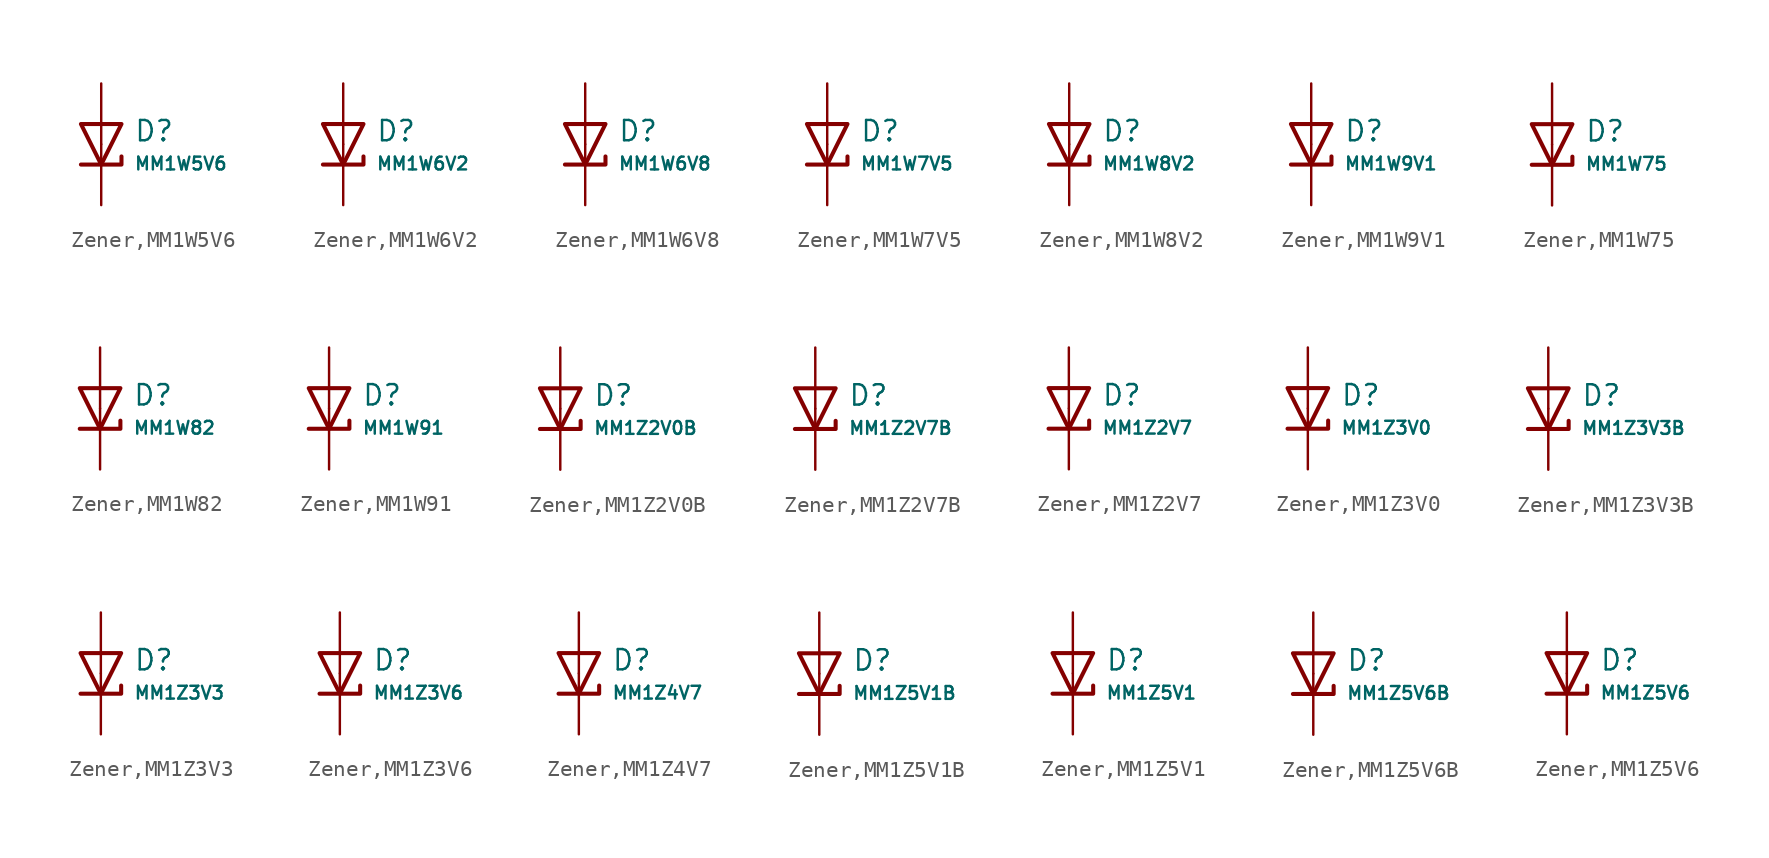
<source format=kicad_sym>
(kicad_symbol_lib
  (version 20231120)
  (generator "CDFER")
  (generator_version "8.0")
  (symbol "Zener,MM1W5V6"
    (pin_numbers hide)
    (pin_names
      (offset 0))
    (property "Reference" "D"
      (at 2.032 0.834 0)
      (effects (font (size 1.27 1.27)) (justify left)))
    (property "Value" "MM1W5V6"
      (at 2.032 -1.212 0)
      (effects (font (size 0.8 0.8)) (justify left)))
    (symbol "Zener,MM1W5V6_0_1"
      (polyline (pts (xy -1.27 1.27) (xy 0.00 -1.27) (xy 1.27 1.27) (xy -1.27 1.27)) (stroke (width 0.254) (type default)) (fill (type none))))
    (symbol "Zener,MM1W5V6_0_1"
      (polyline (pts (xy -1.27 -1.27) (xy 1.27 -1.27) (xy 1.27 -0.762)) (stroke (width 0.254) (type default)) (fill (type none))))
    (symbol "Zener,MM1W5V6_1_1"
      (pin passive line (at 0 3.81 270) (length 3.81) (name "~" (effects (font (size 1.27 1.27)))) (number "2" (effects (font (size 1.27 1.27)))))
      (pin passive line (at 0 -3.81 90) (length 3.81) (name "~" (effects (font (size 1.27 1.27)))) (number "1" (effects (font (size 1.27 1.27)))))))
  (symbol "Zener,MM1W6V2"
    (pin_numbers hide)
    (pin_names
      (offset 0))
    (property "Reference" "D"
      (at 2.032 0.834 0)
      (effects (font (size 1.27 1.27)) (justify left)))
    (property "Value" "MM1W6V2"
      (at 2.032 -1.212 0)
      (effects (font (size 0.8 0.8)) (justify left)))
    (symbol "Zener,MM1W6V2_0_1"
      (polyline (pts (xy -1.27 1.27) (xy 0.00 -1.27) (xy 1.27 1.27) (xy -1.27 1.27)) (stroke (width 0.254) (type default)) (fill (type none))))
    (symbol "Zener,MM1W6V2_0_1"
      (polyline (pts (xy -1.27 -1.27) (xy 1.27 -1.27) (xy 1.27 -0.762)) (stroke (width 0.254) (type default)) (fill (type none))))
    (symbol "Zener,MM1W6V2_1_1"
      (pin passive line (at 0 3.81 270) (length 3.81) (name "~" (effects (font (size 1.27 1.27)))) (number "2" (effects (font (size 1.27 1.27)))))
      (pin passive line (at 0 -3.81 90) (length 3.81) (name "~" (effects (font (size 1.27 1.27)))) (number "1" (effects (font (size 1.27 1.27)))))))
  (symbol "Zener,MM1W6V8"
    (pin_numbers hide)
    (pin_names
      (offset 0))
    (property "Reference" "D"
      (at 2.032 0.834 0)
      (effects (font (size 1.27 1.27)) (justify left)))
    (property "Value" "MM1W6V8"
      (at 2.032 -1.212 0)
      (effects (font (size 0.8 0.8)) (justify left)))
    (symbol "Zener,MM1W6V8_0_1"
      (polyline (pts (xy -1.27 1.27) (xy 0.00 -1.27) (xy 1.27 1.27) (xy -1.27 1.27)) (stroke (width 0.254) (type default)) (fill (type none))))
    (symbol "Zener,MM1W6V8_0_1"
      (polyline (pts (xy -1.27 -1.27) (xy 1.27 -1.27) (xy 1.27 -0.762)) (stroke (width 0.254) (type default)) (fill (type none))))
    (symbol "Zener,MM1W6V8_1_1"
      (pin passive line (at 0 3.81 270) (length 3.81) (name "~" (effects (font (size 1.27 1.27)))) (number "2" (effects (font (size 1.27 1.27)))))
      (pin passive line (at 0 -3.81 90) (length 3.81) (name "~" (effects (font (size 1.27 1.27)))) (number "1" (effects (font (size 1.27 1.27)))))))
  (symbol "Zener,MM1W7V5"
    (pin_numbers hide)
    (pin_names
      (offset 0))
    (property "Reference" "D"
      (at 2.032 0.834 0)
      (effects (font (size 1.27 1.27)) (justify left)))
    (property "Value" "MM1W7V5"
      (at 2.032 -1.212 0)
      (effects (font (size 0.8 0.8)) (justify left)))
    (symbol "Zener,MM1W7V5_0_1"
      (polyline (pts (xy -1.27 1.27) (xy 0.00 -1.27) (xy 1.27 1.27) (xy -1.27 1.27)) (stroke (width 0.254) (type default)) (fill (type none))))
    (symbol "Zener,MM1W7V5_0_1"
      (polyline (pts (xy -1.27 -1.27) (xy 1.27 -1.27) (xy 1.27 -0.762)) (stroke (width 0.254) (type default)) (fill (type none))))
    (symbol "Zener,MM1W7V5_1_1"
      (pin passive line (at 0 3.81 270) (length 3.81) (name "~" (effects (font (size 1.27 1.27)))) (number "2" (effects (font (size 1.27 1.27)))))
      (pin passive line (at 0 -3.81 90) (length 3.81) (name "~" (effects (font (size 1.27 1.27)))) (number "1" (effects (font (size 1.27 1.27)))))))
  (symbol "Zener,MM1W8V2"
    (pin_numbers hide)
    (pin_names
      (offset 0))
    (property "Reference" "D"
      (at 2.032 0.834 0)
      (effects (font (size 1.27 1.27)) (justify left)))
    (property "Value" "MM1W8V2"
      (at 2.032 -1.212 0)
      (effects (font (size 0.8 0.8)) (justify left)))
    (symbol "Zener,MM1W8V2_0_1"
      (polyline (pts (xy -1.27 1.27) (xy 0.00 -1.27) (xy 1.27 1.27) (xy -1.27 1.27)) (stroke (width 0.254) (type default)) (fill (type none))))
    (symbol "Zener,MM1W8V2_0_1"
      (polyline (pts (xy -1.27 -1.27) (xy 1.27 -1.27) (xy 1.27 -0.762)) (stroke (width 0.254) (type default)) (fill (type none))))
    (symbol "Zener,MM1W8V2_1_1"
      (pin passive line (at 0 3.81 270) (length 3.81) (name "~" (effects (font (size 1.27 1.27)))) (number "2" (effects (font (size 1.27 1.27)))))
      (pin passive line (at 0 -3.81 90) (length 3.81) (name "~" (effects (font (size 1.27 1.27)))) (number "1" (effects (font (size 1.27 1.27)))))))
  (symbol "Zener,MM1W9V1"
    (pin_numbers hide)
    (pin_names
      (offset 0))
    (property "Reference" "D"
      (at 2.032 0.834 0)
      (effects (font (size 1.27 1.27)) (justify left)))
    (property "Value" "MM1W9V1"
      (at 2.032 -1.212 0)
      (effects (font (size 0.8 0.8)) (justify left)))
    (symbol "Zener,MM1W9V1_0_1"
      (polyline (pts (xy -1.27 1.27) (xy 0.00 -1.27) (xy 1.27 1.27) (xy -1.27 1.27)) (stroke (width 0.254) (type default)) (fill (type none))))
    (symbol "Zener,MM1W9V1_0_1"
      (polyline (pts (xy -1.27 -1.27) (xy 1.27 -1.27) (xy 1.27 -0.762)) (stroke (width 0.254) (type default)) (fill (type none))))
    (symbol "Zener,MM1W9V1_1_1"
      (pin passive line (at 0 3.81 270) (length 3.81) (name "~" (effects (font (size 1.27 1.27)))) (number "2" (effects (font (size 1.27 1.27)))))
      (pin passive line (at 0 -3.81 90) (length 3.81) (name "~" (effects (font (size 1.27 1.27)))) (number "1" (effects (font (size 1.27 1.27)))))))
  (symbol "Zener,MM1W75"
    (pin_numbers hide)
    (pin_names
      (offset 0))
    (property "Reference" "D"
      (at 2.032 0.834 0)
      (effects (font (size 1.27 1.27)) (justify left)))
    (property "Value" "MM1W75"
      (at 2.032 -1.212 0)
      (effects (font (size 0.8 0.8)) (justify left)))
    (symbol "Zener,MM1W75_0_1"
      (polyline (pts (xy -1.27 1.27) (xy 0.00 -1.27) (xy 1.27 1.27) (xy -1.27 1.27)) (stroke (width 0.254) (type default)) (fill (type none))))
    (symbol "Zener,MM1W75_0_1"
      (polyline (pts (xy -1.27 -1.27) (xy 1.27 -1.27) (xy 1.27 -0.762)) (stroke (width 0.254) (type default)) (fill (type none))))
    (symbol "Zener,MM1W75_1_1"
      (pin passive line (at 0 3.81 270) (length 3.81) (name "~" (effects (font (size 1.27 1.27)))) (number "2" (effects (font (size 1.27 1.27)))))
      (pin passive line (at 0 -3.81 90) (length 3.81) (name "~" (effects (font (size 1.27 1.27)))) (number "1" (effects (font (size 1.27 1.27)))))))
  (symbol "Zener,MM1W82"
    (pin_numbers hide)
    (pin_names
      (offset 0))
    (property "Reference" "D"
      (at 2.032 0.834 0)
      (effects (font (size 1.27 1.27)) (justify left)))
    (property "Value" "MM1W82"
      (at 2.032 -1.212 0)
      (effects (font (size 0.8 0.8)) (justify left)))
    (symbol "Zener,MM1W82_0_1"
      (polyline (pts (xy -1.27 1.27) (xy 0.00 -1.27) (xy 1.27 1.27) (xy -1.27 1.27)) (stroke (width 0.254) (type default)) (fill (type none))))
    (symbol "Zener,MM1W82_0_1"
      (polyline (pts (xy -1.27 -1.27) (xy 1.27 -1.27) (xy 1.27 -0.762)) (stroke (width 0.254) (type default)) (fill (type none))))
    (symbol "Zener,MM1W82_1_1"
      (pin passive line (at 0 3.81 270) (length 3.81) (name "~" (effects (font (size 1.27 1.27)))) (number "2" (effects (font (size 1.27 1.27)))))
      (pin passive line (at 0 -3.81 90) (length 3.81) (name "~" (effects (font (size 1.27 1.27)))) (number "1" (effects (font (size 1.27 1.27)))))))
  (symbol "Zener,MM1W91"
    (pin_numbers hide)
    (pin_names
      (offset 0))
    (property "Reference" "D"
      (at 2.032 0.834 0)
      (effects (font (size 1.27 1.27)) (justify left)))
    (property "Value" "MM1W91"
      (at 2.032 -1.212 0)
      (effects (font (size 0.8 0.8)) (justify left)))
    (symbol "Zener,MM1W91_0_1"
      (polyline (pts (xy -1.27 1.27) (xy 0.00 -1.27) (xy 1.27 1.27) (xy -1.27 1.27)) (stroke (width 0.254) (type default)) (fill (type none))))
    (symbol "Zener,MM1W91_0_1"
      (polyline (pts (xy -1.27 -1.27) (xy 1.27 -1.27) (xy 1.27 -0.762)) (stroke (width 0.254) (type default)) (fill (type none))))
    (symbol "Zener,MM1W91_1_1"
      (pin passive line (at 0 3.81 270) (length 3.81) (name "~" (effects (font (size 1.27 1.27)))) (number "2" (effects (font (size 1.27 1.27)))))
      (pin passive line (at 0 -3.81 90) (length 3.81) (name "~" (effects (font (size 1.27 1.27)))) (number "1" (effects (font (size 1.27 1.27)))))))
  (symbol "Zener,MM1Z2V0B"
    (pin_numbers hide)
    (pin_names
      (offset 0))
    (property "Reference" "D"
      (at 2.032 0.834 0)
      (effects (font (size 1.27 1.27)) (justify left)))
    (property "Value" "MM1Z2V0B"
      (at 2.032 -1.212 0)
      (effects (font (size 0.8 0.8)) (justify left)))
    (symbol "Zener,MM1Z2V0B_0_1"
      (polyline (pts (xy -1.27 1.27) (xy 0.00 -1.27) (xy 1.27 1.27) (xy -1.27 1.27)) (stroke (width 0.254) (type default)) (fill (type none))))
    (symbol "Zener,MM1Z2V0B_0_1"
      (polyline (pts (xy -1.27 -1.27) (xy 1.27 -1.27) (xy 1.27 -0.762)) (stroke (width 0.254) (type default)) (fill (type none))))
    (symbol "Zener,MM1Z2V0B_1_1"
      (pin passive line (at 0 3.81 270) (length 3.81) (name "~" (effects (font (size 1.27 1.27)))) (number "2" (effects (font (size 1.27 1.27)))))
      (pin passive line (at 0 -3.81 90) (length 3.81) (name "~" (effects (font (size 1.27 1.27)))) (number "1" (effects (font (size 1.27 1.27)))))))
  (symbol "Zener,MM1Z2V7B"
    (pin_numbers hide)
    (pin_names
      (offset 0))
    (property "Reference" "D"
      (at 2.032 0.834 0)
      (effects (font (size 1.27 1.27)) (justify left)))
    (property "Value" "MM1Z2V7B"
      (at 2.032 -1.212 0)
      (effects (font (size 0.8 0.8)) (justify left)))
    (symbol "Zener,MM1Z2V7B_0_1"
      (polyline (pts (xy -1.27 1.27) (xy 0.00 -1.27) (xy 1.27 1.27) (xy -1.27 1.27)) (stroke (width 0.254) (type default)) (fill (type none))))
    (symbol "Zener,MM1Z2V7B_0_1"
      (polyline (pts (xy -1.27 -1.27) (xy 1.27 -1.27) (xy 1.27 -0.762)) (stroke (width 0.254) (type default)) (fill (type none))))
    (symbol "Zener,MM1Z2V7B_1_1"
      (pin passive line (at 0 3.81 270) (length 3.81) (name "~" (effects (font (size 1.27 1.27)))) (number "2" (effects (font (size 1.27 1.27)))))
      (pin passive line (at 0 -3.81 90) (length 3.81) (name "~" (effects (font (size 1.27 1.27)))) (number "1" (effects (font (size 1.27 1.27)))))))
  (symbol "Zener,MM1Z2V7"
    (pin_numbers hide)
    (pin_names
      (offset 0))
    (property "Reference" "D"
      (at 2.032 0.834 0)
      (effects (font (size 1.27 1.27)) (justify left)))
    (property "Value" "MM1Z2V7"
      (at 2.032 -1.212 0)
      (effects (font (size 0.8 0.8)) (justify left)))
    (symbol "Zener,MM1Z2V7_0_1"
      (polyline (pts (xy -1.27 1.27) (xy 0.00 -1.27) (xy 1.27 1.27) (xy -1.27 1.27)) (stroke (width 0.254) (type default)) (fill (type none))))
    (symbol "Zener,MM1Z2V7_0_1"
      (polyline (pts (xy -1.27 -1.27) (xy 1.27 -1.27) (xy 1.27 -0.762)) (stroke (width 0.254) (type default)) (fill (type none))))
    (symbol "Zener,MM1Z2V7_1_1"
      (pin passive line (at 0 3.81 270) (length 3.81) (name "~" (effects (font (size 1.27 1.27)))) (number "2" (effects (font (size 1.27 1.27)))))
      (pin passive line (at 0 -3.81 90) (length 3.81) (name "~" (effects (font (size 1.27 1.27)))) (number "1" (effects (font (size 1.27 1.27)))))))
  (symbol "Zener,MM1Z3V0"
    (pin_numbers hide)
    (pin_names
      (offset 0))
    (property "Reference" "D"
      (at 2.032 0.834 0)
      (effects (font (size 1.27 1.27)) (justify left)))
    (property "Value" "MM1Z3V0"
      (at 2.032 -1.212 0)
      (effects (font (size 0.8 0.8)) (justify left)))
    (symbol "Zener,MM1Z3V0_0_1"
      (polyline (pts (xy -1.27 1.27) (xy 0.00 -1.27) (xy 1.27 1.27) (xy -1.27 1.27)) (stroke (width 0.254) (type default)) (fill (type none))))
    (symbol "Zener,MM1Z3V0_0_1"
      (polyline (pts (xy -1.27 -1.27) (xy 1.27 -1.27) (xy 1.27 -0.762)) (stroke (width 0.254) (type default)) (fill (type none))))
    (symbol "Zener,MM1Z3V0_1_1"
      (pin passive line (at 0 3.81 270) (length 3.81) (name "~" (effects (font (size 1.27 1.27)))) (number "2" (effects (font (size 1.27 1.27)))))
      (pin passive line (at 0 -3.81 90) (length 3.81) (name "~" (effects (font (size 1.27 1.27)))) (number "1" (effects (font (size 1.27 1.27)))))))
  (symbol "Zener,MM1Z3V3B"
    (pin_numbers hide)
    (pin_names
      (offset 0))
    (property "Reference" "D"
      (at 2.032 0.834 0)
      (effects (font (size 1.27 1.27)) (justify left)))
    (property "Value" "MM1Z3V3B"
      (at 2.032 -1.212 0)
      (effects (font (size 0.8 0.8)) (justify left)))
    (symbol "Zener,MM1Z3V3B_0_1"
      (polyline (pts (xy -1.27 1.27) (xy 0.00 -1.27) (xy 1.27 1.27) (xy -1.27 1.27)) (stroke (width 0.254) (type default)) (fill (type none))))
    (symbol "Zener,MM1Z3V3B_0_1"
      (polyline (pts (xy -1.27 -1.27) (xy 1.27 -1.27) (xy 1.27 -0.762)) (stroke (width 0.254) (type default)) (fill (type none))))
    (symbol "Zener,MM1Z3V3B_1_1"
      (pin passive line (at 0 3.81 270) (length 3.81) (name "~" (effects (font (size 1.27 1.27)))) (number "2" (effects (font (size 1.27 1.27)))))
      (pin passive line (at 0 -3.81 90) (length 3.81) (name "~" (effects (font (size 1.27 1.27)))) (number "1" (effects (font (size 1.27 1.27)))))))
  (symbol "Zener,MM1Z3V3"
    (pin_numbers hide)
    (pin_names
      (offset 0))
    (property "Reference" "D"
      (at 2.032 0.834 0)
      (effects (font (size 1.27 1.27)) (justify left)))
    (property "Value" "MM1Z3V3"
      (at 2.032 -1.212 0)
      (effects (font (size 0.8 0.8)) (justify left)))
    (symbol "Zener,MM1Z3V3_0_1"
      (polyline (pts (xy -1.27 1.27) (xy 0.00 -1.27) (xy 1.27 1.27) (xy -1.27 1.27)) (stroke (width 0.254) (type default)) (fill (type none))))
    (symbol "Zener,MM1Z3V3_0_1"
      (polyline (pts (xy -1.27 -1.27) (xy 1.27 -1.27) (xy 1.27 -0.762)) (stroke (width 0.254) (type default)) (fill (type none))))
    (symbol "Zener,MM1Z3V3_1_1"
      (pin passive line (at 0 3.81 270) (length 3.81) (name "~" (effects (font (size 1.27 1.27)))) (number "2" (effects (font (size 1.27 1.27)))))
      (pin passive line (at 0 -3.81 90) (length 3.81) (name "~" (effects (font (size 1.27 1.27)))) (number "1" (effects (font (size 1.27 1.27)))))))
  (symbol "Zener,MM1Z3V6"
    (pin_numbers hide)
    (pin_names
      (offset 0))
    (property "Reference" "D"
      (at 2.032 0.834 0)
      (effects (font (size 1.27 1.27)) (justify left)))
    (property "Value" "MM1Z3V6"
      (at 2.032 -1.212 0)
      (effects (font (size 0.8 0.8)) (justify left)))
    (symbol "Zener,MM1Z3V6_0_1"
      (polyline (pts (xy -1.27 1.27) (xy 0.00 -1.27) (xy 1.27 1.27) (xy -1.27 1.27)) (stroke (width 0.254) (type default)) (fill (type none))))
    (symbol "Zener,MM1Z3V6_0_1"
      (polyline (pts (xy -1.27 -1.27) (xy 1.27 -1.27) (xy 1.27 -0.762)) (stroke (width 0.254) (type default)) (fill (type none))))
    (symbol "Zener,MM1Z3V6_1_1"
      (pin passive line (at 0 3.81 270) (length 3.81) (name "~" (effects (font (size 1.27 1.27)))) (number "2" (effects (font (size 1.27 1.27)))))
      (pin passive line (at 0 -3.81 90) (length 3.81) (name "~" (effects (font (size 1.27 1.27)))) (number "1" (effects (font (size 1.27 1.27)))))))
  (symbol "Zener,MM1Z4V7"
    (pin_numbers hide)
    (pin_names
      (offset 0))
    (property "Reference" "D"
      (at 2.032 0.834 0)
      (effects (font (size 1.27 1.27)) (justify left)))
    (property "Value" "MM1Z4V7"
      (at 2.032 -1.212 0)
      (effects (font (size 0.8 0.8)) (justify left)))
    (symbol "Zener,MM1Z4V7_0_1"
      (polyline (pts (xy -1.27 1.27) (xy 0.00 -1.27) (xy 1.27 1.27) (xy -1.27 1.27)) (stroke (width 0.254) (type default)) (fill (type none))))
    (symbol "Zener,MM1Z4V7_0_1"
      (polyline (pts (xy -1.27 -1.27) (xy 1.27 -1.27) (xy 1.27 -0.762)) (stroke (width 0.254) (type default)) (fill (type none))))
    (symbol "Zener,MM1Z4V7_1_1"
      (pin passive line (at 0 3.81 270) (length 3.81) (name "~" (effects (font (size 1.27 1.27)))) (number "2" (effects (font (size 1.27 1.27)))))
      (pin passive line (at 0 -3.81 90) (length 3.81) (name "~" (effects (font (size 1.27 1.27)))) (number "1" (effects (font (size 1.27 1.27)))))))
  (symbol "Zener,MM1Z5V1B"
    (pin_numbers hide)
    (pin_names
      (offset 0))
    (property "Reference" "D"
      (at 2.032 0.834 0)
      (effects (font (size 1.27 1.27)) (justify left)))
    (property "Value" "MM1Z5V1B"
      (at 2.032 -1.212 0)
      (effects (font (size 0.8 0.8)) (justify left)))
    (symbol "Zener,MM1Z5V1B_0_1"
      (polyline (pts (xy -1.27 1.27) (xy 0.00 -1.27) (xy 1.27 1.27) (xy -1.27 1.27)) (stroke (width 0.254) (type default)) (fill (type none))))
    (symbol "Zener,MM1Z5V1B_0_1"
      (polyline (pts (xy -1.27 -1.27) (xy 1.27 -1.27) (xy 1.27 -0.762)) (stroke (width 0.254) (type default)) (fill (type none))))
    (symbol "Zener,MM1Z5V1B_1_1"
      (pin passive line (at 0 3.81 270) (length 3.81) (name "~" (effects (font (size 1.27 1.27)))) (number "2" (effects (font (size 1.27 1.27)))))
      (pin passive line (at 0 -3.81 90) (length 3.81) (name "~" (effects (font (size 1.27 1.27)))) (number "1" (effects (font (size 1.27 1.27)))))))
  (symbol "Zener,MM1Z5V1"
    (pin_numbers hide)
    (pin_names
      (offset 0))
    (property "Reference" "D"
      (at 2.032 0.834 0)
      (effects (font (size 1.27 1.27)) (justify left)))
    (property "Value" "MM1Z5V1"
      (at 2.032 -1.212 0)
      (effects (font (size 0.8 0.8)) (justify left)))
    (symbol "Zener,MM1Z5V1_0_1"
      (polyline (pts (xy -1.27 1.27) (xy 0.00 -1.27) (xy 1.27 1.27) (xy -1.27 1.27)) (stroke (width 0.254) (type default)) (fill (type none))))
    (symbol "Zener,MM1Z5V1_0_1"
      (polyline (pts (xy -1.27 -1.27) (xy 1.27 -1.27) (xy 1.27 -0.762)) (stroke (width 0.254) (type default)) (fill (type none))))
    (symbol "Zener,MM1Z5V1_1_1"
      (pin passive line (at 0 3.81 270) (length 3.81) (name "~" (effects (font (size 1.27 1.27)))) (number "2" (effects (font (size 1.27 1.27)))))
      (pin passive line (at 0 -3.81 90) (length 3.81) (name "~" (effects (font (size 1.27 1.27)))) (number "1" (effects (font (size 1.27 1.27)))))))
  (symbol "Zener,MM1Z5V6B"
    (pin_numbers hide)
    (pin_names
      (offset 0))
    (property "Reference" "D"
      (at 2.032 0.834 0)
      (effects (font (size 1.27 1.27)) (justify left)))
    (property "Value" "MM1Z5V6B"
      (at 2.032 -1.212 0)
      (effects (font (size 0.8 0.8)) (justify left)))
    (symbol "Zener,MM1Z5V6B_0_1"
      (polyline (pts (xy -1.27 1.27) (xy 0.00 -1.27) (xy 1.27 1.27) (xy -1.27 1.27)) (stroke (width 0.254) (type default)) (fill (type none))))
    (symbol "Zener,MM1Z5V6B_0_1"
      (polyline (pts (xy -1.27 -1.27) (xy 1.27 -1.27) (xy 1.27 -0.762)) (stroke (width 0.254) (type default)) (fill (type none))))
    (symbol "Zener,MM1Z5V6B_1_1"
      (pin passive line (at 0 3.81 270) (length 3.81) (name "~" (effects (font (size 1.27 1.27)))) (number "2" (effects (font (size 1.27 1.27)))))
      (pin passive line (at 0 -3.81 90) (length 3.81) (name "~" (effects (font (size 1.27 1.27)))) (number "1" (effects (font (size 1.27 1.27)))))))
  (symbol "Zener,MM1Z5V6"
    (pin_numbers hide)
    (pin_names
      (offset 0))
    (property "Reference" "D"
      (at 2.032 0.834 0)
      (effects (font (size 1.27 1.27)) (justify left)))
    (property "Value" "MM1Z5V6"
      (at 2.032 -1.212 0)
      (effects (font (size 0.8 0.8)) (justify left)))
    (symbol "Zener,MM1Z5V6_0_1"
      (polyline (pts (xy -1.27 1.27) (xy 0.00 -1.27) (xy 1.27 1.27) (xy -1.27 1.27)) (stroke (width 0.254) (type default)) (fill (type none))))
    (symbol "Zener,MM1Z5V6_0_1"
      (polyline (pts (xy -1.27 -1.27) (xy 1.27 -1.27) (xy 1.27 -0.762)) (stroke (width 0.254) (type default)) (fill (type none))))
    (symbol "Zener,MM1Z5V6_1_1"
      (pin passive line (at 0 3.81 270) (length 3.81) (name "~" (effects (font (size 1.27 1.27)))) (number "2" (effects (font (size 1.27 1.27)))))
      (pin passive line (at 0 -3.81 90) (length 3.81) (name "~" (effects (font (size 1.27 1.27)))) (number "1" (effects (font (size 1.27 1.27))))))))
</source>
